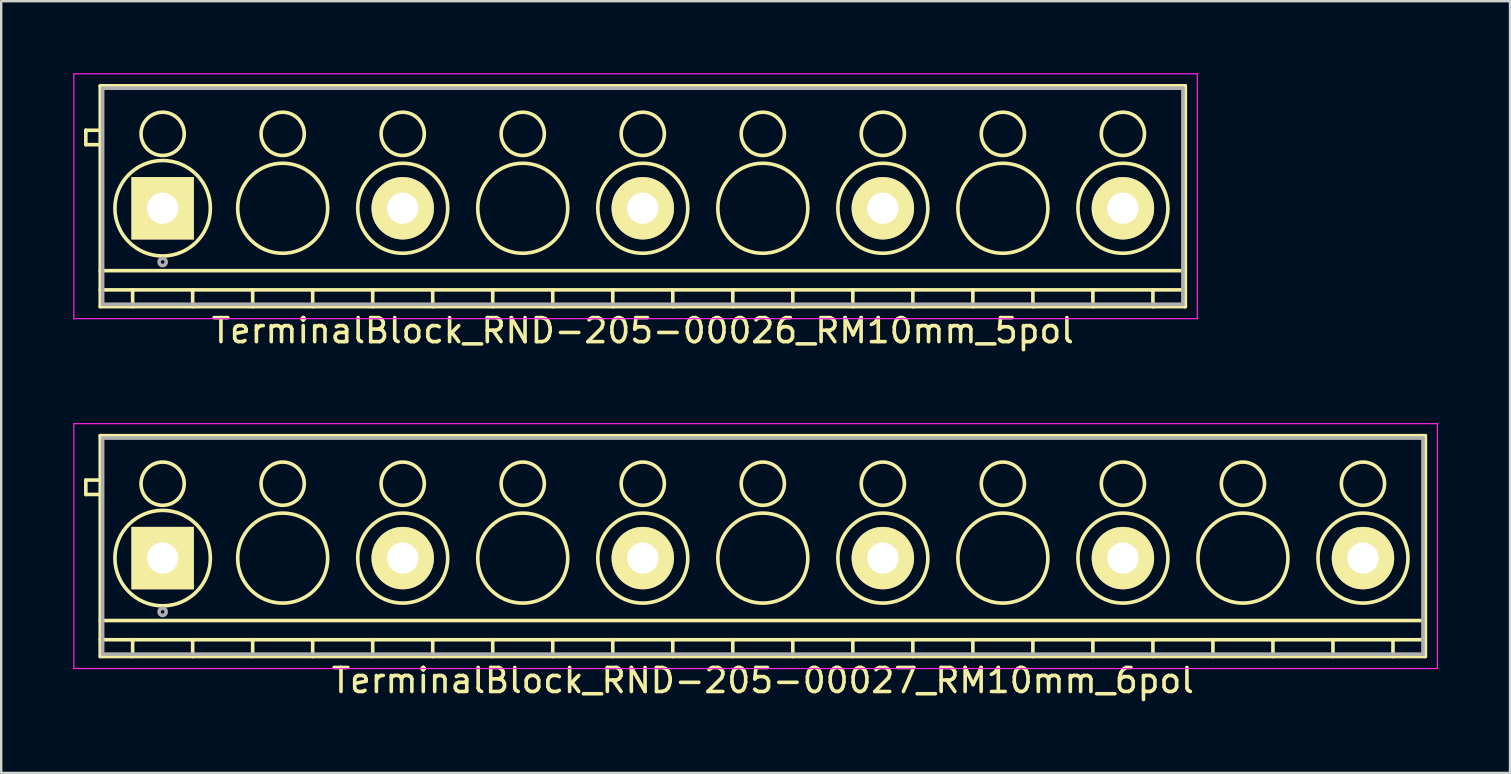
<source format=kicad_pcb>
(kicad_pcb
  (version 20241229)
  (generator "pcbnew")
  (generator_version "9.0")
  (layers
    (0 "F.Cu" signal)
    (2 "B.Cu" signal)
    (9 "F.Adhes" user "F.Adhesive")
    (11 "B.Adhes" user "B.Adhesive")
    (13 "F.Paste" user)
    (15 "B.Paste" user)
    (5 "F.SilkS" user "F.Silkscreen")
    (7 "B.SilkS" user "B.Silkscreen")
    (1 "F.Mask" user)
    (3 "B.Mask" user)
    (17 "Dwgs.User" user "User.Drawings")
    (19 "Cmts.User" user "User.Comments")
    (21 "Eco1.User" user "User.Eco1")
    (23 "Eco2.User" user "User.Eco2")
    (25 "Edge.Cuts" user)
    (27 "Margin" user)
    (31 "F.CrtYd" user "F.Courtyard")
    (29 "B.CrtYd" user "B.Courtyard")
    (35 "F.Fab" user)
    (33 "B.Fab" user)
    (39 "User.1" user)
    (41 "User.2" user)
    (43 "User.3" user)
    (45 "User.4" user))
  (footprint "TerminalBlock_RND-205-00026_RM10mm_5pol"
    (layer "F.Cu")
    (at 3.725 5.625)
    (property "Reference" "TerminalBlock_RND-205-00026_RM10mm_5pol" (at 20 5.1 0) (layer "F.SilkS") (effects (font (size 1 1) (thickness 0.15))))
    (attr through_hole)
    (fp_line (start -3.2 -3.25) (end -3.2 -2.65) (stroke (width 0.15) (type solid)) (layer "F.SilkS"))
    (fp_line (start -3.2 -2.65) (end -2.6 -2.65) (stroke (width 0.15) (type solid)) (layer "F.SilkS"))
    (fp_line (start -2.6 -5.1) (end 42.6 -5.1) (stroke (width 0.15) (type solid)) (layer "F.SilkS"))
    (fp_line (start -2.6 -3.25) (end -3.2 -3.25) (stroke (width 0.15) (type solid)) (layer "F.SilkS"))
    (fp_line (start -2.6 2.6) (end 42.6 2.6) (stroke (width 0.15) (type solid)) (layer "F.SilkS"))
    (fp_line (start -2.6 3.4) (end 42.6 3.4) (stroke (width 0.15) (type solid)) (layer "F.SilkS"))
    (fp_line (start -2.6 4.1) (end -2.6 -5.1) (stroke (width 0.15) (type solid)) (layer "F.SilkS"))
    (fp_line (start -1.25 3.4) (end -1.25 4.1) (stroke (width 0.15) (type solid)) (layer "F.SilkS"))
    (fp_line (start 1.25 3.4) (end 1.25 4.1) (stroke (width 0.15) (type solid)) (layer "F.SilkS"))
    (fp_line (start 3.75 3.4) (end 3.75 4.1) (stroke (width 0.15) (type solid)) (layer "F.SilkS"))
    (fp_line (start 6.25 3.4) (end 6.25 4.1) (stroke (width 0.15) (type solid)) (layer "F.SilkS"))
    (fp_line (start 8.75 3.4) (end 8.75 4.1) (stroke (width 0.15) (type solid)) (layer "F.SilkS"))
    (fp_line (start 11.25 3.4) (end 11.25 4.1) (stroke (width 0.15) (type solid)) (layer "F.SilkS"))
    (fp_line (start 13.75 3.4) (end 13.75 4.1) (stroke (width 0.15) (type solid)) (layer "F.SilkS"))
    (fp_line (start 16.25 3.4) (end 16.25 4.1) (stroke (width 0.15) (type solid)) (layer "F.SilkS"))
    (fp_line (start 18.75 3.4) (end 18.75 4.1) (stroke (width 0.15) (type solid)) (layer "F.SilkS"))
    (fp_line (start 21.25 3.4) (end 21.25 4.1) (stroke (width 0.15) (type solid)) (layer "F.SilkS"))
    (fp_line (start 23.75 3.4) (end 23.75 4.1) (stroke (width 0.15) (type solid)) (layer "F.SilkS"))
    (fp_line (start 26.25 3.4) (end 26.25 4.1) (stroke (width 0.15) (type solid)) (layer "F.SilkS"))
    (fp_line (start 28.75 3.4) (end 28.75 4.1) (stroke (width 0.15) (type solid)) (layer "F.SilkS"))
    (fp_line (start 31.25 3.4) (end 31.25 4.1) (stroke (width 0.15) (type solid)) (layer "F.SilkS"))
    (fp_line (start 33.75 3.4) (end 33.75 4.1) (stroke (width 0.15) (type solid)) (layer "F.SilkS"))
    (fp_line (start 36.25 3.4) (end 36.25 4.1) (stroke (width 0.15) (type solid)) (layer "F.SilkS"))
    (fp_line (start 38.75 3.4) (end 38.75 4.1) (stroke (width 0.15) (type solid)) (layer "F.SilkS"))
    (fp_line (start 41.25 3.4) (end 41.25 4.1) (stroke (width 0.15) (type solid)) (layer "F.SilkS"))
    (fp_line (start 42.6 -5.1) (end 42.6 4.1) (stroke (width 0.15) (type solid)) (layer "F.SilkS"))
    (fp_line (start 42.6 4.1) (end -2.6 4.1) (stroke (width 0.15) (type solid)) (layer "F.SilkS"))
    (fp_circle (center 0 -3.1) (end -0.9 -3.1) (stroke (width 0.15) (type solid)) (fill no) (layer "F.SilkS"))
    (fp_circle (center 0 0) (end -1.988 0) (stroke (width 0.15) (type solid)) (fill no) (layer "F.SilkS"))
    (fp_circle (center 5 -3.1) (end 4.1 -3.1) (stroke (width 0.15) (type solid)) (fill no) (layer "F.SilkS"))
    (fp_circle (center 5 0) (end 3.125 0) (stroke (width 0.15) (type solid)) (fill no) (layer "F.SilkS"))
    (fp_circle (center 10 -3.1) (end 9.1 -3.1) (stroke (width 0.15) (type solid)) (fill no) (layer "F.SilkS"))
    (fp_circle (center 10 0) (end 8.125 0) (stroke (width 0.15) (type solid)) (fill no) (layer "F.SilkS"))
    (fp_circle (center 15 -3.1) (end 14.1 -3.1) (stroke (width 0.15) (type solid)) (fill no) (layer "F.SilkS"))
    (fp_circle (center 15 0) (end 13.125 0) (stroke (width 0.15) (type solid)) (fill no) (layer "F.SilkS"))
    (fp_circle (center 20 -3.1) (end 19.1 -3.1) (stroke (width 0.15) (type solid)) (fill no) (layer "F.SilkS"))
    (fp_circle (center 20 0) (end 18.125 0) (stroke (width 0.15) (type solid)) (fill no) (layer "F.SilkS"))
    (fp_circle (center 25 -3.1) (end 24.1 -3.1) (stroke (width 0.15) (type solid)) (fill no) (layer "F.SilkS"))
    (fp_circle (center 25 0) (end 23.125 0) (stroke (width 0.15) (type solid)) (fill no) (layer "F.SilkS"))
    (fp_circle (center 30 -3.1) (end 29.1 -3.1) (stroke (width 0.15) (type solid)) (fill no) (layer "F.SilkS"))
    (fp_circle (center 30 0) (end 28.125 0) (stroke (width 0.15) (type solid)) (fill no) (layer "F.SilkS"))
    (fp_circle (center 35 -3.1) (end 34.1 -3.1) (stroke (width 0.15) (type solid)) (fill no) (layer "F.SilkS"))
    (fp_circle (center 35 0) (end 33.125 0) (stroke (width 0.15) (type solid)) (fill no) (layer "F.SilkS"))
    (fp_circle (center 40 -3.1) (end 39.1 -3.1) (stroke (width 0.15) (type solid)) (fill no) (layer "F.SilkS"))
    (fp_circle (center 40 0) (end 38.125 0) (stroke (width 0.15) (type solid)) (fill no) (layer "F.SilkS"))
    (fp_line (start -3.7 -5.6) (end 43.1 -5.6) (stroke (width 0.05) (type solid)) (layer "F.CrtYd"))
    (fp_line (start -3.7 4.6) (end -3.7 -5.6) (stroke (width 0.05) (type solid)) (layer "F.CrtYd"))
    (fp_line (start 43.1 -5.6) (end 43.1 4.6) (stroke (width 0.05) (type solid)) (layer "F.CrtYd"))
    (fp_line (start 43.1 4.6) (end -3.7 4.6) (stroke (width 0.05) (type solid)) (layer "F.CrtYd"))
    (fp_line (start -2.5 -5) (end 42.5 -5) (stroke (width 0.15) (type solid)) (layer "F.Fab"))
    (fp_line (start -2.5 4) (end -2.5 -5) (stroke (width 0.15) (type solid)) (layer "F.Fab"))
    (fp_line (start 42.5 -5) (end 42.5 4) (stroke (width 0.15) (type solid)) (layer "F.Fab"))
    (fp_line (start 42.5 4) (end -2.5 4) (stroke (width 0.15) (type solid)) (layer "F.Fab"))
    (fp_circle (center 0 2.238) (end -0.15 2.238) (stroke (width 0.15) (type solid)) (fill no) (layer "F.Fab"))
    (pad "1" thru_hole rect (at 0 0) (size 2.6 2.6) (drill 1.3) (layers "*.Cu" "*.Mask" "F.SilkS"))
    (pad "2" thru_hole circle (at 10 0) (size 2.6 2.6) (drill 1.3) (layers "*.Cu" "*.Mask" "F.SilkS"))
    (pad "3" thru_hole circle (at 20 0) (size 2.6 2.6) (drill 1.3) (layers "*.Cu" "*.Mask" "F.SilkS"))
    (pad "4" thru_hole circle (at 30 0) (size 2.6 2.6) (drill 1.3) (layers "*.Cu" "*.Mask" "F.SilkS"))
    (pad "5" thru_hole circle (at 40 0) (size 2.6 2.6) (drill 1.3) (layers "*.Cu" "*.Mask" "F.SilkS")))
  (footprint "TerminalBlock_RND-205-00027_RM10mm_6pol"
    (layer "F.Cu")
    (at 3.725 20.198)
    (property "Reference" "TerminalBlock_RND-205-00027_RM10mm_6pol" (at 25 5.1 0) (layer "F.SilkS") (effects (font (size 1 1) (thickness 0.15))))
    (attr through_hole)
    (fp_line (start -3.2 -3.25) (end -3.2 -2.65) (stroke (width 0.15) (type solid)) (layer "F.SilkS"))
    (fp_line (start -3.2 -2.65) (end -2.6 -2.65) (stroke (width 0.15) (type solid)) (layer "F.SilkS"))
    (fp_line (start -2.6 -5.1) (end 52.6 -5.1) (stroke (width 0.15) (type solid)) (layer "F.SilkS"))
    (fp_line (start -2.6 -3.25) (end -3.2 -3.25) (stroke (width 0.15) (type solid)) (layer "F.SilkS"))
    (fp_line (start -2.6 2.6) (end 52.6 2.6) (stroke (width 0.15) (type solid)) (layer "F.SilkS"))
    (fp_line (start -2.6 3.4) (end 52.6 3.4) (stroke (width 0.15) (type solid)) (layer "F.SilkS"))
    (fp_line (start -2.6 4.1) (end -2.6 -5.1) (stroke (width 0.15) (type solid)) (layer "F.SilkS"))
    (fp_line (start -1.25 3.4) (end -1.25 4.1) (stroke (width 0.15) (type solid)) (layer "F.SilkS"))
    (fp_line (start 1.25 3.4) (end 1.25 4.1) (stroke (width 0.15) (type solid)) (layer "F.SilkS"))
    (fp_line (start 3.75 3.4) (end 3.75 4.1) (stroke (width 0.15) (type solid)) (layer "F.SilkS"))
    (fp_line (start 6.25 3.4) (end 6.25 4.1) (stroke (width 0.15) (type solid)) (layer "F.SilkS"))
    (fp_line (start 8.75 3.4) (end 8.75 4.1) (stroke (width 0.15) (type solid)) (layer "F.SilkS"))
    (fp_line (start 11.25 3.4) (end 11.25 4.1) (stroke (width 0.15) (type solid)) (layer "F.SilkS"))
    (fp_line (start 13.75 3.4) (end 13.75 4.1) (stroke (width 0.15) (type solid)) (layer "F.SilkS"))
    (fp_line (start 16.25 3.4) (end 16.25 4.1) (stroke (width 0.15) (type solid)) (layer "F.SilkS"))
    (fp_line (start 18.75 3.4) (end 18.75 4.1) (stroke (width 0.15) (type solid)) (layer "F.SilkS"))
    (fp_line (start 21.25 3.4) (end 21.25 4.1) (stroke (width 0.15) (type solid)) (layer "F.SilkS"))
    (fp_line (start 23.75 3.4) (end 23.75 4.1) (stroke (width 0.15) (type solid)) (layer "F.SilkS"))
    (fp_line (start 26.25 3.4) (end 26.25 4.1) (stroke (width 0.15) (type solid)) (layer "F.SilkS"))
    (fp_line (start 28.75 3.4) (end 28.75 4.1) (stroke (width 0.15) (type solid)) (layer "F.SilkS"))
    (fp_line (start 31.25 3.4) (end 31.25 4.1) (stroke (width 0.15) (type solid)) (layer "F.SilkS"))
    (fp_line (start 33.75 3.4) (end 33.75 4.1) (stroke (width 0.15) (type solid)) (layer "F.SilkS"))
    (fp_line (start 36.25 3.4) (end 36.25 4.1) (stroke (width 0.15) (type solid)) (layer "F.SilkS"))
    (fp_line (start 38.75 3.4) (end 38.75 4.1) (stroke (width 0.15) (type solid)) (layer "F.SilkS"))
    (fp_line (start 41.25 3.4) (end 41.25 4.1) (stroke (width 0.15) (type solid)) (layer "F.SilkS"))
    (fp_line (start 43.75 3.4) (end 43.75 4.1) (stroke (width 0.15) (type solid)) (layer "F.SilkS"))
    (fp_line (start 46.25 3.4) (end 46.25 4.1) (stroke (width 0.15) (type solid)) (layer "F.SilkS"))
    (fp_line (start 48.75 3.4) (end 48.75 4.1) (stroke (width 0.15) (type solid)) (layer "F.SilkS"))
    (fp_line (start 51.25 3.4) (end 51.25 4.1) (stroke (width 0.15) (type solid)) (layer "F.SilkS"))
    (fp_line (start 52.6 -5.1) (end 52.6 4.1) (stroke (width 0.15) (type solid)) (layer "F.SilkS"))
    (fp_line (start 52.6 4.1) (end -2.6 4.1) (stroke (width 0.15) (type solid)) (layer "F.SilkS"))
    (fp_circle (center 0 -3.1) (end -0.9 -3.1) (stroke (width 0.15) (type solid)) (fill no) (layer "F.SilkS"))
    (fp_circle (center 0 0) (end -1.988 0) (stroke (width 0.15) (type solid)) (fill no) (layer "F.SilkS"))
    (fp_circle (center 5 -3.1) (end 4.1 -3.1) (stroke (width 0.15) (type solid)) (fill no) (layer "F.SilkS"))
    (fp_circle (center 5 0) (end 3.125 0) (stroke (width 0.15) (type solid)) (fill no) (layer "F.SilkS"))
    (fp_circle (center 10 -3.1) (end 9.1 -3.1) (stroke (width 0.15) (type solid)) (fill no) (layer "F.SilkS"))
    (fp_circle (center 10 0) (end 8.125 0) (stroke (width 0.15) (type solid)) (fill no) (layer "F.SilkS"))
    (fp_circle (center 15 -3.1) (end 14.1 -3.1) (stroke (width 0.15) (type solid)) (fill no) (layer "F.SilkS"))
    (fp_circle (center 15 0) (end 13.125 0) (stroke (width 0.15) (type solid)) (fill no) (layer "F.SilkS"))
    (fp_circle (center 20 -3.1) (end 19.1 -3.1) (stroke (width 0.15) (type solid)) (fill no) (layer "F.SilkS"))
    (fp_circle (center 20 0) (end 18.125 0) (stroke (width 0.15) (type solid)) (fill no) (layer "F.SilkS"))
    (fp_circle (center 25 -3.1) (end 24.1 -3.1) (stroke (width 0.15) (type solid)) (fill no) (layer "F.SilkS"))
    (fp_circle (center 25 0) (end 23.125 0) (stroke (width 0.15) (type solid)) (fill no) (layer "F.SilkS"))
    (fp_circle (center 30 -3.1) (end 29.1 -3.1) (stroke (width 0.15) (type solid)) (fill no) (layer "F.SilkS"))
    (fp_circle (center 30 0) (end 28.125 0) (stroke (width 0.15) (type solid)) (fill no) (layer "F.SilkS"))
    (fp_circle (center 35 -3.1) (end 34.1 -3.1) (stroke (width 0.15) (type solid)) (fill no) (layer "F.SilkS"))
    (fp_circle (center 35 0) (end 33.125 0) (stroke (width 0.15) (type solid)) (fill no) (layer "F.SilkS"))
    (fp_circle (center 40 -3.1) (end 39.1 -3.1) (stroke (width 0.15) (type solid)) (fill no) (layer "F.SilkS"))
    (fp_circle (center 40 0) (end 38.125 0) (stroke (width 0.15) (type solid)) (fill no) (layer "F.SilkS"))
    (fp_circle (center 45 -3.1) (end 44.1 -3.1) (stroke (width 0.15) (type solid)) (fill no) (layer "F.SilkS"))
    (fp_circle (center 45 0) (end 43.125 0) (stroke (width 0.15) (type solid)) (fill no) (layer "F.SilkS"))
    (fp_circle (center 50 -3.1) (end 49.1 -3.1) (stroke (width 0.15) (type solid)) (fill no) (layer "F.SilkS"))
    (fp_circle (center 50 0) (end 48.125 0) (stroke (width 0.15) (type solid)) (fill no) (layer "F.SilkS"))
    (fp_line (start -3.7 -5.6) (end 53.1 -5.6) (stroke (width 0.05) (type solid)) (layer "F.CrtYd"))
    (fp_line (start -3.7 4.6) (end -3.7 -5.6) (stroke (width 0.05) (type solid)) (layer "F.CrtYd"))
    (fp_line (start 53.1 -5.6) (end 53.1 4.6) (stroke (width 0.05) (type solid)) (layer "F.CrtYd"))
    (fp_line (start 53.1 4.6) (end -3.7 4.6) (stroke (width 0.05) (type solid)) (layer "F.CrtYd"))
    (fp_line (start -2.5 -5) (end 52.5 -5) (stroke (width 0.15) (type solid)) (layer "F.Fab"))
    (fp_line (start -2.5 4) (end -2.5 -5) (stroke (width 0.15) (type solid)) (layer "F.Fab"))
    (fp_line (start 52.5 -5) (end 52.5 4) (stroke (width 0.15) (type solid)) (layer "F.Fab"))
    (fp_line (start 52.5 4) (end -2.5 4) (stroke (width 0.15) (type solid)) (layer "F.Fab"))
    (fp_circle (center 0 2.238) (end -0.15 2.238) (stroke (width 0.15) (type solid)) (fill no) (layer "F.Fab"))
    (pad "1" thru_hole rect (at 0 0) (size 2.6 2.6) (drill 1.3) (layers "*.Cu" "*.Mask" "F.SilkS"))
    (pad "2" thru_hole circle (at 10 0) (size 2.6 2.6) (drill 1.3) (layers "*.Cu" "*.Mask" "F.SilkS"))
    (pad "3" thru_hole circle (at 20 0) (size 2.6 2.6) (drill 1.3) (layers "*.Cu" "*.Mask" "F.SilkS"))
    (pad "4" thru_hole circle (at 30 0) (size 2.6 2.6) (drill 1.3) (layers "*.Cu" "*.Mask" "F.SilkS"))
    (pad "5" thru_hole circle (at 40 0) (size 2.6 2.6) (drill 1.3) (layers "*.Cu" "*.Mask" "F.SilkS"))
    (pad "6" thru_hole circle (at 50 0) (size 2.6 2.6) (drill 1.3) (layers "*.Cu" "*.Mask" "F.SilkS")))
  (gr_rect
    (start -3 -3)
    (end 59.85 29.146)
    (stroke (width 0.1) (type default))
    (fill no)
    (layer "Edge.Cuts")))
</source>
